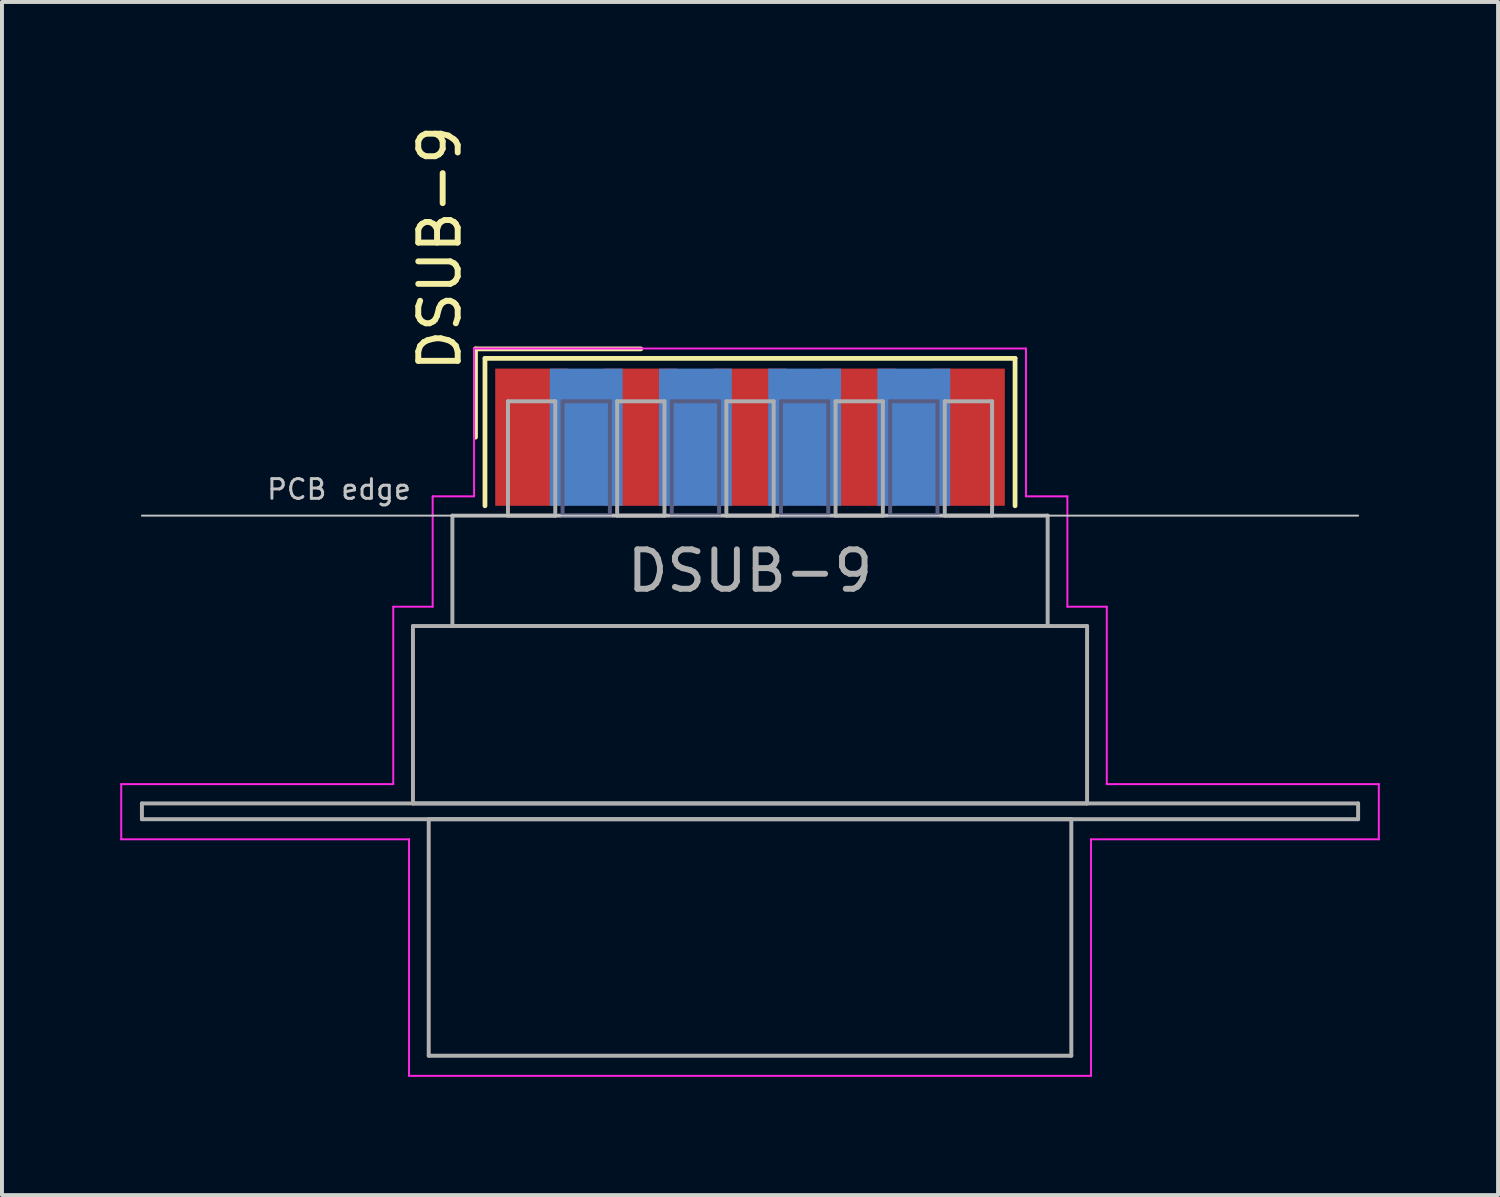
<source format=kicad_pcb>
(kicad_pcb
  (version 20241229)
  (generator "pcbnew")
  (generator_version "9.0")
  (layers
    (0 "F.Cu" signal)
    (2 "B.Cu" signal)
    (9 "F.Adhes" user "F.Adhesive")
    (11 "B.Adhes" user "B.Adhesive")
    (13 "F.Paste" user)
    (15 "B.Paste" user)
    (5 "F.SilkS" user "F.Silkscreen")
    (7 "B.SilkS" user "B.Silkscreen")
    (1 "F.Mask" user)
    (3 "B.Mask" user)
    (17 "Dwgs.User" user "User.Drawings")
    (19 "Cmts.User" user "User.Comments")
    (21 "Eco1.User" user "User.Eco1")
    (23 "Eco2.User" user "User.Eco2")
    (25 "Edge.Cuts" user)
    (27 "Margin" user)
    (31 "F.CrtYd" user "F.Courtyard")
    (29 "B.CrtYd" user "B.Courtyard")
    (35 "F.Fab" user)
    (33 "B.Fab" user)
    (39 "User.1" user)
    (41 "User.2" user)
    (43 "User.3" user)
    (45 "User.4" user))
  (footprint "DSUB-9"
    (layer "F.Cu")
    (at 15.975 8.04)
    (property "Reference" "DSUB-9" (at -7.87 -1.6 90) (layer "F.SilkS") (effects (font (size 1 1) (thickness 0.15)) (justify left)))
    (attr smd)
    (fp_line (start -6.963 -2.24) (end -2.77 -2.24) (stroke (width 0.12) (type solid)) (layer "F.SilkS"))
    (fp_line (start -6.963 0) (end -6.963 -2.24) (stroke (width 0.12) (type solid)) (layer "F.SilkS"))
    (fp_line (start -6.723 -2) (end -6.723 1.74) (stroke (width 0.12) (type solid)) (layer "F.SilkS"))
    (fp_line (start 6.723 -2) (end -6.723 -2) (stroke (width 0.12) (type solid)) (layer "F.SilkS"))
    (fp_line (start 6.723 1.74) (end 6.723 -2) (stroke (width 0.12) (type solid)) (layer "F.SilkS"))
    (fp_line (start -15.425 1.99) (end 15.425 1.99) (stroke (width 0.05) (type solid)) (layer "Dwgs.User"))
    (fp_line (start -15.95 8.8) (end -9.05 8.8) (stroke (width 0.05) (type solid)) (layer "F.CrtYd"))
    (fp_line (start -15.95 10.2) (end -15.95 8.8) (stroke (width 0.05) (type solid)) (layer "F.CrtYd"))
    (fp_line (start -9.05 4.3) (end -8.05 4.3) (stroke (width 0.05) (type solid)) (layer "F.CrtYd"))
    (fp_line (start -9.05 8.8) (end -9.05 4.3) (stroke (width 0.05) (type solid)) (layer "F.CrtYd"))
    (fp_line (start -8.65 10.2) (end -15.95 10.2) (stroke (width 0.05) (type solid)) (layer "F.CrtYd"))
    (fp_line (start -8.65 16.2) (end -8.65 10.2) (stroke (width 0.05) (type solid)) (layer "F.CrtYd"))
    (fp_line (start -8.05 1.5) (end -7 1.5) (stroke (width 0.05) (type solid)) (layer "F.CrtYd"))
    (fp_line (start -8.05 4.3) (end -8.05 1.5) (stroke (width 0.05) (type solid)) (layer "F.CrtYd"))
    (fp_line (start -7 -2.25) (end 7 -2.25) (stroke (width 0.05) (type solid)) (layer "F.CrtYd"))
    (fp_line (start -7 1.5) (end -7 -2.25) (stroke (width 0.05) (type solid)) (layer "F.CrtYd"))
    (fp_line (start 7 -2.25) (end 7 1.5) (stroke (width 0.05) (type solid)) (layer "F.CrtYd"))
    (fp_line (start 7 1.5) (end 8.05 1.5) (stroke (width 0.05) (type solid)) (layer "F.CrtYd"))
    (fp_line (start 8.05 1.5) (end 8.05 4.3) (stroke (width 0.05) (type solid)) (layer "F.CrtYd"))
    (fp_line (start 8.05 4.3) (end 9.05 4.3) (stroke (width 0.05) (type solid)) (layer "F.CrtYd"))
    (fp_line (start 8.65 10.2) (end 8.65 16.2) (stroke (width 0.05) (type solid)) (layer "F.CrtYd"))
    (fp_line (start 8.65 16.2) (end -8.65 16.2) (stroke (width 0.05) (type solid)) (layer "F.CrtYd"))
    (fp_line (start 9.05 4.3) (end 9.05 8.8) (stroke (width 0.05) (type solid)) (layer "F.CrtYd"))
    (fp_line (start 9.05 8.8) (end 15.95 8.8) (stroke (width 0.05) (type solid)) (layer "F.CrtYd"))
    (fp_line (start 15.95 8.8) (end 15.95 10.2) (stroke (width 0.05) (type solid)) (layer "F.CrtYd"))
    (fp_line (start 15.95 10.2) (end 8.65 10.2) (stroke (width 0.05) (type solid)) (layer "F.CrtYd"))
    (fp_line (start -4.755 -0.91) (end -4.755 1.99) (stroke (width 0.1) (type solid)) (layer "B.Fab"))
    (fp_line (start -4.755 1.99) (end -3.555 1.99) (stroke (width 0.1) (type solid)) (layer "B.Fab"))
    (fp_line (start -3.555 -0.91) (end -4.755 -0.91) (stroke (width 0.1) (type solid)) (layer "B.Fab"))
    (fp_line (start -3.555 1.99) (end -3.555 -0.91) (stroke (width 0.1) (type solid)) (layer "B.Fab"))
    (fp_line (start -1.985 -0.91) (end -1.985 1.99) (stroke (width 0.1) (type solid)) (layer "B.Fab"))
    (fp_line (start -1.985 1.99) (end -0.785 1.99) (stroke (width 0.1) (type solid)) (layer "B.Fab"))
    (fp_line (start -0.785 -0.91) (end -1.985 -0.91) (stroke (width 0.1) (type solid)) (layer "B.Fab"))
    (fp_line (start -0.785 1.99) (end -0.785 -0.91) (stroke (width 0.1) (type solid)) (layer "B.Fab"))
    (fp_line (start 0.785 -0.91) (end 0.785 1.99) (stroke (width 0.1) (type solid)) (layer "B.Fab"))
    (fp_line (start 0.785 1.99) (end 1.985 1.99) (stroke (width 0.1) (type solid)) (layer "B.Fab"))
    (fp_line (start 1.985 -0.91) (end 0.785 -0.91) (stroke (width 0.1) (type solid)) (layer "B.Fab"))
    (fp_line (start 1.985 1.99) (end 1.985 -0.91) (stroke (width 0.1) (type solid)) (layer "B.Fab"))
    (fp_line (start 3.555 -0.91) (end 3.555 1.99) (stroke (width 0.1) (type solid)) (layer "B.Fab"))
    (fp_line (start 3.555 1.99) (end 4.755 1.99) (stroke (width 0.1) (type solid)) (layer "B.Fab"))
    (fp_line (start 4.755 -0.91) (end 3.555 -0.91) (stroke (width 0.1) (type solid)) (layer "B.Fab"))
    (fp_line (start 4.755 1.99) (end 4.755 -0.91) (stroke (width 0.1) (type solid)) (layer "B.Fab"))
    (fp_line (start -15.425 9.29) (end -15.425 9.69) (stroke (width 0.1) (type solid)) (layer "F.Fab"))
    (fp_line (start -15.425 9.69) (end 15.425 9.69) (stroke (width 0.1) (type solid)) (layer "F.Fab"))
    (fp_line (start -8.55 4.79) (end -8.55 9.29) (stroke (width 0.1) (type solid)) (layer "F.Fab"))
    (fp_line (start -8.55 9.29) (end 8.55 9.29) (stroke (width 0.1) (type solid)) (layer "F.Fab"))
    (fp_line (start -8.15 9.69) (end -8.15 15.69) (stroke (width 0.1) (type solid)) (layer "F.Fab"))
    (fp_line (start -8.15 15.69) (end 8.15 15.69) (stroke (width 0.1) (type solid)) (layer "F.Fab"))
    (fp_line (start -7.55 1.99) (end -7.55 4.79) (stroke (width 0.1) (type solid)) (layer "F.Fab"))
    (fp_line (start -7.55 4.79) (end 7.55 4.79) (stroke (width 0.1) (type solid)) (layer "F.Fab"))
    (fp_line (start -6.14 -0.91) (end -6.14 1.99) (stroke (width 0.1) (type solid)) (layer "F.Fab"))
    (fp_line (start -6.14 1.99) (end -4.94 1.99) (stroke (width 0.1) (type solid)) (layer "F.Fab"))
    (fp_line (start -4.94 -0.91) (end -6.14 -0.91) (stroke (width 0.1) (type solid)) (layer "F.Fab"))
    (fp_line (start -4.94 1.99) (end -4.94 -0.91) (stroke (width 0.1) (type solid)) (layer "F.Fab"))
    (fp_line (start -3.37 -0.91) (end -3.37 1.99) (stroke (width 0.1) (type solid)) (layer "F.Fab"))
    (fp_line (start -3.37 1.99) (end -2.17 1.99) (stroke (width 0.1) (type solid)) (layer "F.Fab"))
    (fp_line (start -2.17 -0.91) (end -3.37 -0.91) (stroke (width 0.1) (type solid)) (layer "F.Fab"))
    (fp_line (start -2.17 1.99) (end -2.17 -0.91) (stroke (width 0.1) (type solid)) (layer "F.Fab"))
    (fp_line (start -0.6 -0.91) (end -0.6 1.99) (stroke (width 0.1) (type solid)) (layer "F.Fab"))
    (fp_line (start -0.6 1.99) (end 0.6 1.99) (stroke (width 0.1) (type solid)) (layer "F.Fab"))
    (fp_line (start 0.6 -0.91) (end -0.6 -0.91) (stroke (width 0.1) (type solid)) (layer "F.Fab"))
    (fp_line (start 0.6 1.99) (end 0.6 -0.91) (stroke (width 0.1) (type solid)) (layer "F.Fab"))
    (fp_line (start 2.17 -0.91) (end 2.17 1.99) (stroke (width 0.1) (type solid)) (layer "F.Fab"))
    (fp_line (start 2.17 1.99) (end 3.37 1.99) (stroke (width 0.1) (type solid)) (layer "F.Fab"))
    (fp_line (start 3.37 -0.91) (end 2.17 -0.91) (stroke (width 0.1) (type solid)) (layer "F.Fab"))
    (fp_line (start 3.37 1.99) (end 3.37 -0.91) (stroke (width 0.1) (type solid)) (layer "F.Fab"))
    (fp_line (start 4.94 -0.91) (end 4.94 1.99) (stroke (width 0.1) (type solid)) (layer "F.Fab"))
    (fp_line (start 4.94 1.99) (end 6.14 1.99) (stroke (width 0.1) (type solid)) (layer "F.Fab"))
    (fp_line (start 6.14 -0.91) (end 4.94 -0.91) (stroke (width 0.1) (type solid)) (layer "F.Fab"))
    (fp_line (start 6.14 1.99) (end 6.14 -0.91) (stroke (width 0.1) (type solid)) (layer "F.Fab"))
    (fp_line (start 7.55 1.99) (end -7.55 1.99) (stroke (width 0.1) (type solid)) (layer "F.Fab"))
    (fp_line (start 7.55 4.79) (end 7.55 1.99) (stroke (width 0.1) (type solid)) (layer "F.Fab"))
    (fp_line (start 8.15 9.69) (end -8.15 9.69) (stroke (width 0.1) (type solid)) (layer "F.Fab"))
    (fp_line (start 8.15 15.69) (end 8.15 9.69) (stroke (width 0.1) (type solid)) (layer "F.Fab"))
    (fp_line (start 8.55 4.79) (end -8.55 4.79) (stroke (width 0.1) (type solid)) (layer "F.Fab"))
    (fp_line (start 8.55 9.29) (end 8.55 4.79) (stroke (width 0.1) (type solid)) (layer "F.Fab"))
    (fp_line (start 15.425 9.29) (end -15.425 9.29) (stroke (width 0.1) (type solid)) (layer "F.Fab"))
    (fp_line (start 15.425 9.69) (end 15.425 9.29) (stroke (width 0.1) (type solid)) (layer "F.Fab"))
    (fp_text user "PCB edge" (at -10.425 1.323 0) (layer "Dwgs.User") (effects (font (size 0.5 0.5) (thickness 0.075))))
    (fp_text user "${REFERENCE}" (at 0 3.39 0) (layer "F.Fab") (effects (font (size 1 1) (thickness 0.15))))
    (pad "1" smd rect (at -5.54 0) (size 1.847 3.48) (layers "F.Cu" "F.Mask" "F.Paste"))
    (pad "2" smd rect (at -2.77 0) (size 1.847 3.48) (layers "F.Cu" "F.Mask" "F.Paste"))
    (pad "3" smd rect (at 0 0) (size 1.847 3.48) (layers "F.Cu" "F.Mask" "F.Paste"))
    (pad "4" smd rect (at 2.77 0) (size 1.847 3.48) (layers "F.Cu" "F.Mask" "F.Paste"))
    (pad "5" smd rect (at 5.54 0) (size 1.847 3.48) (layers "F.Cu" "F.Mask" "F.Paste"))
    (pad "6" smd rect (at -4.155 0) (size 1.847 3.48) (layers "B.Cu" "B.Mask" "B.Paste"))
    (pad "7" smd rect (at -1.385 0) (size 1.847 3.48) (layers "B.Cu" "B.Mask" "B.Paste"))
    (pad "8" smd rect (at 1.385 0) (size 1.847 3.48) (layers "B.Cu" "B.Mask" "B.Paste"))
    (pad "9" smd rect (at 4.155 0) (size 1.847 3.48) (layers "B.Cu" "B.Mask" "B.Paste")))
  (gr_rect
    (start -3 -3)
    (end 34.95 27.265)
    (stroke (width 0.1) (type default))
    (fill no)
    (layer "Edge.Cuts")))
</source>
